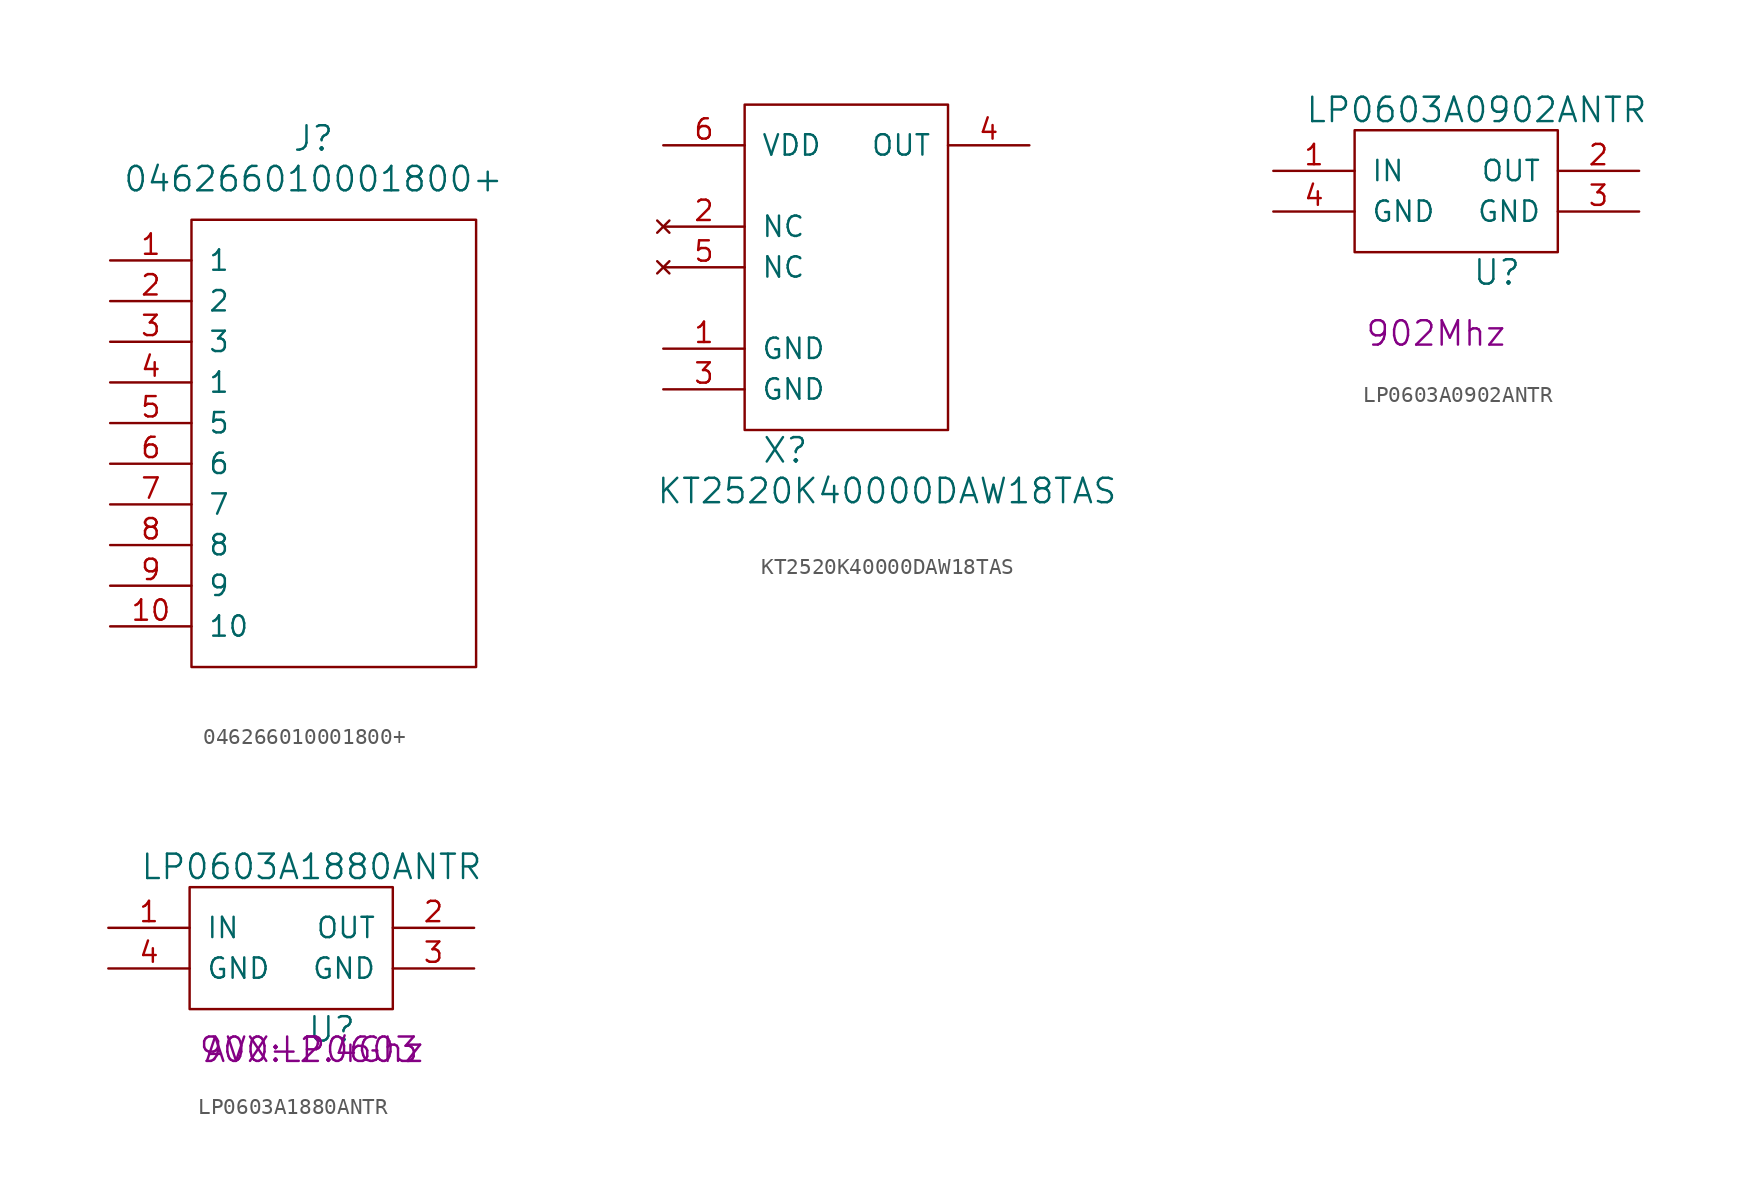
<source format=kicad_sym>
(kicad_symbol_lib
  (version 20220914)
  (generator kicad_symbol_editor)
  (symbol "046266010001800+"
    (pin_names
      (offset 1.016))
    (property "Reference" "J"
      (at 7.62 33.02 0)
      (effects (font (size 1.524 1.524))))
    (property "Value" "046266010001800+"
      (at 7.62 30.48 0)
      (effects (font (size 1.524 1.524))))
    (symbol "046266010001800+_0_1"
      (rectangle (start 0 0) (end 17.78 27.94) (stroke (width 0) (type solid)) (fill (type none))))
    (symbol "046266010001800+_1_1"
      (pin passive line (at -5.08 25.4 0) (length 5.08) (name "1" (effects (font (size 1.27 1.27)))) (number "1" (effects (font (size 1.27 1.27)))))
      (pin passive line (at -5.08 2.54 0) (length 5.08) (name "10" (effects (font (size 1.27 1.27)))) (number "10" (effects (font (size 1.27 1.27)))))
      (pin passive line (at -5.08 22.86 0) (length 5.08) (name "2" (effects (font (size 1.27 1.27)))) (number "2" (effects (font (size 1.27 1.27)))))
      (pin passive line (at -5.08 20.32 0) (length 5.08) (name "3" (effects (font (size 1.27 1.27)))) (number "3" (effects (font (size 1.27 1.27)))))
      (pin passive line (at -5.08 17.78 0) (length 5.08) (name "1" (effects (font (size 1.27 1.27)))) (number "4" (effects (font (size 1.27 1.27)))))
      (pin passive line (at -5.08 15.24 0) (length 5.08) (name "5" (effects (font (size 1.27 1.27)))) (number "5" (effects (font (size 1.27 1.27)))))
      (pin passive line (at -5.08 12.7 0) (length 5.08) (name "6" (effects (font (size 1.27 1.27)))) (number "6" (effects (font (size 1.27 1.27)))))
      (pin passive line (at -5.08 10.16 0) (length 5.08) (name "7" (effects (font (size 1.27 1.27)))) (number "7" (effects (font (size 1.27 1.27)))))
      (pin passive line (at -5.08 7.62 0) (length 5.08) (name "8" (effects (font (size 1.27 1.27)))) (number "8" (effects (font (size 1.27 1.27)))))
      (pin passive line (at -5.08 5.08 0) (length 5.08) (name "9" (effects (font (size 1.27 1.27)))) (number "9" (effects (font (size 1.27 1.27)))))))
  (symbol "KT2520K40000DAW18TAS"
    (pin_names
      (offset 1.016))
    (property "Reference" "X"
      (at 2.54 -1.27 0)
      (effects (font (size 1.524 1.524))))
    (property "Value" "KT2520K40000DAW18TAS"
      (at 8.89 -3.81 0)
      (effects (font (size 1.524 1.524))))
    (symbol "KT2520K40000DAW18TAS_0_1"
      (rectangle (start 12.7 20.32) (end 0 0) (stroke (width 0) (type solid)) (fill (type none))))
    (symbol "KT2520K40000DAW18TAS_1_1"
      (pin power_in line (at -5.08 5.08 0) (length 5.08) (name "GND" (effects (font (size 1.27 1.27)))) (number "1" (effects (font (size 1.27 1.27)))))
      (pin no_connect line (at -5.08 12.7 0) (length 5.08) (name "NC" (effects (font (size 1.27 1.27)))) (number "2" (effects (font (size 1.27 1.27)))))
      (pin power_in line (at -5.08 2.54 0) (length 5.08) (name "GND" (effects (font (size 1.27 1.27)))) (number "3" (effects (font (size 1.27 1.27)))))
      (pin output line (at 17.78 17.78 180) (length 5.08) (name "OUT" (effects (font (size 1.27 1.27)))) (number "4" (effects (font (size 1.27 1.27)))))
      (pin no_connect line (at -5.08 10.16 0) (length 5.08) (name "NC" (effects (font (size 1.27 1.27)))) (number "5" (effects (font (size 1.27 1.27)))))
      (pin power_in line (at -5.08 17.78 0) (length 5.08) (name "VDD" (effects (font (size 1.27 1.27)))) (number "6" (effects (font (size 1.27 1.27)))))))
  (symbol "LP0603A0902ANTR"
    (pin_names
      (offset 1.016))
    (property "Reference" "U"
      (at 8.89 -1.27 0)
      (effects (font (size 1.524 1.524))))
    (property "Value" "LP0603A0902ANTR"
      (at 7.62 8.89 0)
      (effects (font (size 1.524 1.524))))
    (property "Freq" "902Mhz"
      (at 5.08 -5.08 0)
      (effects (font (size 1.524 1.524))))
    (symbol "LP0603A0902ANTR_0_1"
      (rectangle (start 0 7.62) (end 12.7 0) (stroke (width 0) (type solid)) (fill (type none))))
    (symbol "LP0603A0902ANTR_1_1"
      (pin passive line (at -5.08 5.08 0) (length 5.08) (name "IN" (effects (font (size 1.27 1.27)))) (number "1" (effects (font (size 1.27 1.27)))))
      (pin passive line (at 17.78 5.08 180) (length 5.08) (name "OUT" (effects (font (size 1.27 1.27)))) (number "2" (effects (font (size 1.27 1.27)))))
      (pin power_in line (at 17.78 2.54 180) (length 5.08) (name "GND" (effects (font (size 1.27 1.27)))) (number "3" (effects (font (size 1.27 1.27)))))
      (pin power_in line (at -5.08 2.54 0) (length 5.08) (name "GND" (effects (font (size 1.27 1.27)))) (number "4" (effects (font (size 1.27 1.27)))))))
  (symbol "LP0603A1880ANTR"
    (pin_names
      (offset 1.016))
    (property "Reference" "U"
      (at 8.89 -1.27 0)
      (effects (font (size 1.524 1.524))))
    (property "Value" "LP0603A1880ANTR"
      (at 7.62 8.89 0)
      (effects (font (size 1.524 1.524))))
    (property "Footprint" "AVX:LP0603"
      (at 7.62 -2.54 0)
      (effects (font (size 1.524 1.524))))
    (property "Value2" "900-2.4Ghz"
      (at 7.62 -2.54 0)
      (effects (font (size 1.524 1.524))))
    (symbol "LP0603A1880ANTR_0_1"
      (rectangle (start 0 7.62) (end 12.7 0) (stroke (width 0) (type solid)) (fill (type none))))
    (symbol "LP0603A1880ANTR_1_1"
      (pin passive line (at -5.08 5.08 0) (length 5.08) (name "IN" (effects (font (size 1.27 1.27)))) (number "1" (effects (font (size 1.27 1.27)))))
      (pin passive line (at 17.78 5.08 180) (length 5.08) (name "OUT" (effects (font (size 1.27 1.27)))) (number "2" (effects (font (size 1.27 1.27)))))
      (pin passive line (at 17.78 2.54 180) (length 5.08) (name "GND" (effects (font (size 1.27 1.27)))) (number "3" (effects (font (size 1.27 1.27)))))
      (pin passive line (at -5.08 2.54 0) (length 5.08) (name "GND" (effects (font (size 1.27 1.27)))) (number "4" (effects (font (size 1.27 1.27))))))))
</source>
